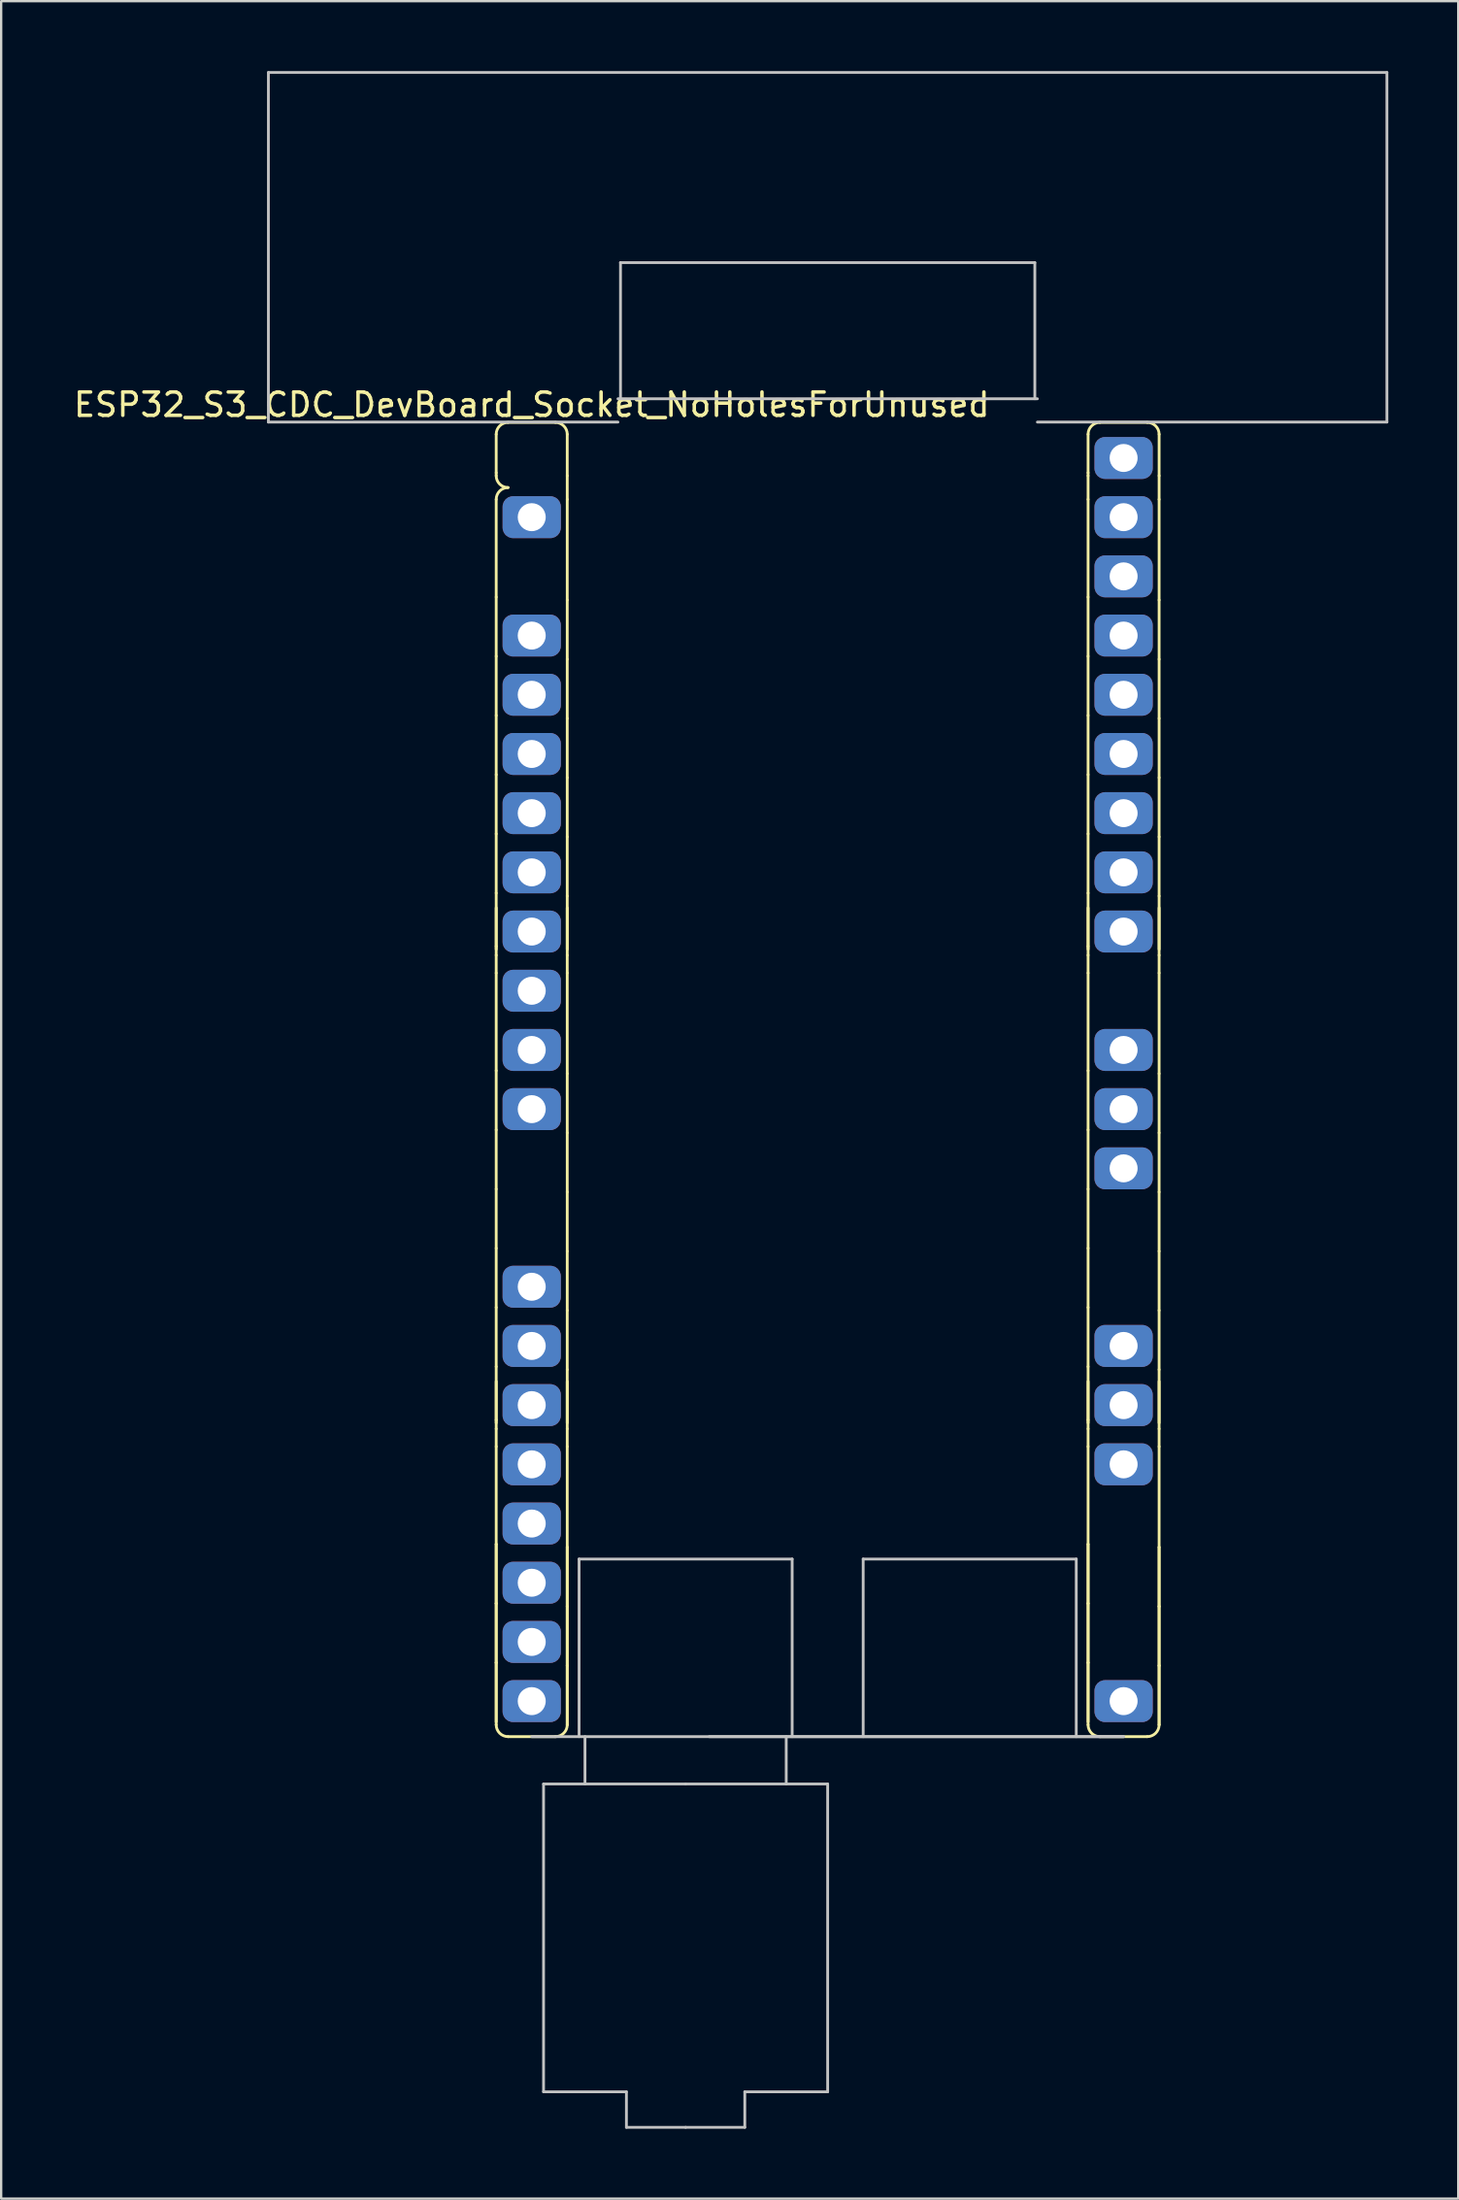
<source format=kicad_pcb>
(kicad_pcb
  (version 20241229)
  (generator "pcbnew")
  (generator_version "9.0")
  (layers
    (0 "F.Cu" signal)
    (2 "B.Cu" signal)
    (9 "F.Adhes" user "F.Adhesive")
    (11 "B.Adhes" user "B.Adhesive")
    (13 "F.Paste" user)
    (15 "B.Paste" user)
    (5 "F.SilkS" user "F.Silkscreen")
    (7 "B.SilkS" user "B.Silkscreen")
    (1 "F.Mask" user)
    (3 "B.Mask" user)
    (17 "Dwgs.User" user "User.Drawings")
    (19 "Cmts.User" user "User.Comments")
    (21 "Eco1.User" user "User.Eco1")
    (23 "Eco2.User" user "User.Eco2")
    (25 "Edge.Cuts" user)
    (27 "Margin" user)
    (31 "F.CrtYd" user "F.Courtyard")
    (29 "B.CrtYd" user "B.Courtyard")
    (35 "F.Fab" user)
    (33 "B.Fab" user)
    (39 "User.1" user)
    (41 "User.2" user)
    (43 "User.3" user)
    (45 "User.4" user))
  (footprint "ESP32_S3_CDC_DevBoard_Socket_NoHolesForUnused"
    (layer "F.Cu")
    (at 19.768 16.6)
    (property "Reference" "ESP32_S3_CDC_DevBoard_Socket_NoHolesForUnused" (at 0 -2.286 0) (layer "F.SilkS") (effects (font (size 1 1) (thickness 0.15))))
    (attr through_hole)
    (fp_line (start -1.524 0.635) (end -1.524 -1.016) (stroke (width 0.12) (type solid)) (layer "F.SilkS"))
    (fp_line (start -1.524 0.762) (end -1.524 0.635) (stroke (width 0.12) (type solid)) (layer "F.SilkS"))
    (fp_line (start -1.524 5.969) (end -1.524 1.778) (stroke (width 0.12) (type solid)) (layer "F.SilkS"))
    (fp_line (start -1.524 8.509) (end -1.524 5.969) (stroke (width 0.12) (type solid)) (layer "F.SilkS"))
    (fp_line (start -1.524 11.049) (end -1.524 8.509) (stroke (width 0.12) (type solid)) (layer "F.SilkS"))
    (fp_line (start -1.524 13.589) (end -1.524 11.049) (stroke (width 0.12) (type solid)) (layer "F.SilkS"))
    (fp_line (start -1.524 16.129) (end -1.524 13.589) (stroke (width 0.12) (type solid)) (layer "F.SilkS"))
    (fp_line (start -1.524 18.669) (end -1.524 16.129) (stroke (width 0.12) (type solid)) (layer "F.SilkS"))
    (fp_line (start -1.524 18.669) (end -1.524 21.336) (stroke (width 0.12) (type solid)) (layer "F.SilkS"))
    (fp_line (start -1.524 20.955) (end -1.524 19.304) (stroke (width 0.12) (type solid)) (layer "F.SilkS"))
    (fp_line (start -1.524 21.082) (end -1.524 20.955) (stroke (width 0.12) (type solid)) (layer "F.SilkS"))
    (fp_line (start -1.524 21.336) (end -1.524 22.098) (stroke (width 0.12) (type solid)) (layer "F.SilkS"))
    (fp_line (start -1.524 26.289) (end -1.524 22.098) (stroke (width 0.12) (type solid)) (layer "F.SilkS"))
    (fp_line (start -1.524 28.829) (end -1.524 26.289) (stroke (width 0.12) (type solid)) (layer "F.SilkS"))
    (fp_line (start -1.524 31.369) (end -1.524 28.829) (stroke (width 0.12) (type solid)) (layer "F.SilkS"))
    (fp_line (start -1.524 33.909) (end -1.524 31.369) (stroke (width 0.12) (type solid)) (layer "F.SilkS"))
    (fp_line (start -1.524 36.449) (end -1.524 33.909) (stroke (width 0.12) (type solid)) (layer "F.SilkS"))
    (fp_line (start -1.524 38.989) (end -1.524 36.449) (stroke (width 0.12) (type solid)) (layer "F.SilkS"))
    (fp_line (start -1.524 38.989) (end -1.524 41.656) (stroke (width 0.12) (type solid)) (layer "F.SilkS"))
    (fp_line (start -1.524 41.275) (end -1.524 39.624) (stroke (width 0.12) (type solid)) (layer "F.SilkS"))
    (fp_line (start -1.524 41.402) (end -1.524 41.275) (stroke (width 0.12) (type solid)) (layer "F.SilkS"))
    (fp_line (start -1.524 41.656) (end -1.524 42.418) (stroke (width 0.12) (type solid)) (layer "F.SilkS"))
    (fp_line (start -1.524 46.609) (end -1.524 42.418) (stroke (width 0.12) (type solid)) (layer "F.SilkS"))
    (fp_line (start -1.524 49.149) (end -1.524 46.609) (stroke (width 0.12) (type solid)) (layer "F.SilkS"))
    (fp_line (start -1.524 49.149) (end -1.524 46.609) (stroke (width 0.12) (type solid)) (layer "F.SilkS"))
    (fp_line (start -1.524 51.689) (end -1.524 49.149) (stroke (width 0.12) (type solid)) (layer "F.SilkS"))
    (fp_line (start -1.524 51.689) (end -1.524 49.149) (stroke (width 0.12) (type solid)) (layer "F.SilkS"))
    (fp_line (start -1.524 51.689) (end -1.524 54.356) (stroke (width 0.12) (type solid)) (layer "F.SilkS"))
    (fp_line (start -1.524 54.229) (end -1.524 51.689) (stroke (width 0.12) (type solid)) (layer "F.SilkS"))
    (fp_line (start -1.016 -1.524) (end 1.016 -1.524) (stroke (width 0.12) (type solid)) (layer "F.SilkS"))
    (fp_line (start -1.016 54.864) (end 1.016 54.864) (stroke (width 0.12) (type solid)) (layer "F.SilkS"))
    (fp_line (start 1.524 -1.016) (end 1.524 0.762) (stroke (width 0.12) (type solid)) (layer "F.SilkS"))
    (fp_line (start 1.524 0.762) (end 1.524 1.778) (stroke (width 0.12) (type solid)) (layer "F.SilkS"))
    (fp_line (start 1.524 6.096) (end 1.524 1.778) (stroke (width 0.12) (type solid)) (layer "F.SilkS"))
    (fp_line (start 1.524 8.636) (end 1.524 6.096) (stroke (width 0.12) (type solid)) (layer "F.SilkS"))
    (fp_line (start 1.524 11.176) (end 1.524 8.636) (stroke (width 0.12) (type solid)) (layer "F.SilkS"))
    (fp_line (start 1.524 13.716) (end 1.524 11.176) (stroke (width 0.12) (type solid)) (layer "F.SilkS"))
    (fp_line (start 1.524 16.256) (end 1.524 13.716) (stroke (width 0.12) (type solid)) (layer "F.SilkS"))
    (fp_line (start 1.524 18.796) (end 1.524 16.256) (stroke (width 0.12) (type solid)) (layer "F.SilkS"))
    (fp_line (start 1.524 19.304) (end 1.524 21.082) (stroke (width 0.12) (type solid)) (layer "F.SilkS"))
    (fp_line (start 1.524 21.336) (end 1.524 18.796) (stroke (width 0.12) (type solid)) (layer "F.SilkS"))
    (fp_line (start 1.524 21.336) (end 1.524 22.098) (stroke (width 0.12) (type solid)) (layer "F.SilkS"))
    (fp_line (start 1.524 26.416) (end 1.524 22.098) (stroke (width 0.12) (type solid)) (layer "F.SilkS"))
    (fp_line (start 1.524 28.956) (end 1.524 26.416) (stroke (width 0.12) (type solid)) (layer "F.SilkS"))
    (fp_line (start 1.524 31.496) (end 1.524 28.956) (stroke (width 0.12) (type solid)) (layer "F.SilkS"))
    (fp_line (start 1.524 34.036) (end 1.524 31.496) (stroke (width 0.12) (type solid)) (layer "F.SilkS"))
    (fp_line (start 1.524 36.576) (end 1.524 34.036) (stroke (width 0.12) (type solid)) (layer "F.SilkS"))
    (fp_line (start 1.524 39.116) (end 1.524 36.576) (stroke (width 0.12) (type solid)) (layer "F.SilkS"))
    (fp_line (start 1.524 39.624) (end 1.524 41.402) (stroke (width 0.12) (type solid)) (layer "F.SilkS"))
    (fp_line (start 1.524 41.656) (end 1.524 39.116) (stroke (width 0.12) (type solid)) (layer "F.SilkS"))
    (fp_line (start 1.524 41.656) (end 1.524 42.418) (stroke (width 0.12) (type solid)) (layer "F.SilkS"))
    (fp_line (start 1.524 46.736) (end 1.524 42.418) (stroke (width 0.12) (type solid)) (layer "F.SilkS"))
    (fp_line (start 1.524 49.276) (end 1.524 46.736) (stroke (width 0.12) (type solid)) (layer "F.SilkS"))
    (fp_line (start 1.524 49.276) (end 1.524 46.736) (stroke (width 0.12) (type solid)) (layer "F.SilkS"))
    (fp_line (start 1.524 51.816) (end 1.524 49.276) (stroke (width 0.12) (type solid)) (layer "F.SilkS"))
    (fp_line (start 1.524 51.816) (end 1.524 49.276) (stroke (width 0.12) (type solid)) (layer "F.SilkS"))
    (fp_line (start 1.524 54.356) (end 1.524 51.816) (stroke (width 0.12) (type solid)) (layer "F.SilkS"))
    (fp_line (start 1.524 54.356) (end 1.524 51.816) (stroke (width 0.12) (type solid)) (layer "F.SilkS"))
    (fp_line (start 23.876 0.635) (end 23.876 -1.016) (stroke (width 0.12) (type solid)) (layer "F.SilkS"))
    (fp_line (start 23.876 0.762) (end 23.876 0.635) (stroke (width 0.12) (type solid)) (layer "F.SilkS"))
    (fp_line (start 23.876 0.762) (end 23.876 1.778) (stroke (width 0.12) (type solid)) (layer "F.SilkS"))
    (fp_line (start 23.876 5.969) (end 23.876 1.778) (stroke (width 0.12) (type solid)) (layer "F.SilkS"))
    (fp_line (start 23.876 8.509) (end 23.876 5.969) (stroke (width 0.12) (type solid)) (layer "F.SilkS"))
    (fp_line (start 23.876 11.049) (end 23.876 8.509) (stroke (width 0.12) (type solid)) (layer "F.SilkS"))
    (fp_line (start 23.876 13.589) (end 23.876 11.049) (stroke (width 0.12) (type solid)) (layer "F.SilkS"))
    (fp_line (start 23.876 16.129) (end 23.876 13.589) (stroke (width 0.12) (type solid)) (layer "F.SilkS"))
    (fp_line (start 23.876 18.669) (end 23.876 16.129) (stroke (width 0.12) (type solid)) (layer "F.SilkS"))
    (fp_line (start 23.876 18.669) (end 23.876 21.336) (stroke (width 0.12) (type solid)) (layer "F.SilkS"))
    (fp_line (start 23.876 20.955) (end 23.876 19.304) (stroke (width 0.12) (type solid)) (layer "F.SilkS"))
    (fp_line (start 23.876 21.082) (end 23.876 20.955) (stroke (width 0.12) (type solid)) (layer "F.SilkS"))
    (fp_line (start 23.876 21.336) (end 23.876 22.098) (stroke (width 0.12) (type solid)) (layer "F.SilkS"))
    (fp_line (start 23.876 26.289) (end 23.876 22.098) (stroke (width 0.12) (type solid)) (layer "F.SilkS"))
    (fp_line (start 23.876 28.829) (end 23.876 26.289) (stroke (width 0.12) (type solid)) (layer "F.SilkS"))
    (fp_line (start 23.876 31.369) (end 23.876 28.829) (stroke (width 0.12) (type solid)) (layer "F.SilkS"))
    (fp_line (start 23.876 33.909) (end 23.876 31.369) (stroke (width 0.12) (type solid)) (layer "F.SilkS"))
    (fp_line (start 23.876 36.449) (end 23.876 33.909) (stroke (width 0.12) (type solid)) (layer "F.SilkS"))
    (fp_line (start 23.876 38.989) (end 23.876 36.449) (stroke (width 0.12) (type solid)) (layer "F.SilkS"))
    (fp_line (start 23.876 38.989) (end 23.876 41.656) (stroke (width 0.12) (type solid)) (layer "F.SilkS"))
    (fp_line (start 23.876 41.275) (end 23.876 39.624) (stroke (width 0.12) (type solid)) (layer "F.SilkS"))
    (fp_line (start 23.876 41.402) (end 23.876 41.275) (stroke (width 0.12) (type solid)) (layer "F.SilkS"))
    (fp_line (start 23.876 41.656) (end 23.876 42.418) (stroke (width 0.12) (type solid)) (layer "F.SilkS"))
    (fp_line (start 23.876 46.609) (end 23.876 42.418) (stroke (width 0.12) (type solid)) (layer "F.SilkS"))
    (fp_line (start 23.876 49.149) (end 23.876 46.609) (stroke (width 0.12) (type solid)) (layer "F.SilkS"))
    (fp_line (start 23.876 49.149) (end 23.876 46.609) (stroke (width 0.12) (type solid)) (layer "F.SilkS"))
    (fp_line (start 23.876 51.689) (end 23.876 49.149) (stroke (width 0.12) (type solid)) (layer "F.SilkS"))
    (fp_line (start 23.876 51.689) (end 23.876 49.149) (stroke (width 0.12) (type solid)) (layer "F.SilkS"))
    (fp_line (start 23.876 51.689) (end 23.876 54.356) (stroke (width 0.12) (type solid)) (layer "F.SilkS"))
    (fp_line (start 23.876 54.229) (end 23.876 51.689) (stroke (width 0.12) (type solid)) (layer "F.SilkS"))
    (fp_line (start 24.384 -1.524) (end 26.416 -1.524) (stroke (width 0.12) (type solid)) (layer "F.SilkS"))
    (fp_line (start 24.384 54.864) (end 26.416 54.864) (stroke (width 0.12) (type solid)) (layer "F.SilkS"))
    (fp_line (start 26.924 -1.016) (end 26.924 0.762) (stroke (width 0.12) (type solid)) (layer "F.SilkS"))
    (fp_line (start 26.924 0.762) (end 26.924 1.778) (stroke (width 0.12) (type solid)) (layer "F.SilkS"))
    (fp_line (start 26.924 6.096) (end 26.924 1.778) (stroke (width 0.12) (type solid)) (layer "F.SilkS"))
    (fp_line (start 26.924 8.636) (end 26.924 6.096) (stroke (width 0.12) (type solid)) (layer "F.SilkS"))
    (fp_line (start 26.924 11.176) (end 26.924 8.636) (stroke (width 0.12) (type solid)) (layer "F.SilkS"))
    (fp_line (start 26.924 13.716) (end 26.924 11.176) (stroke (width 0.12) (type solid)) (layer "F.SilkS"))
    (fp_line (start 26.924 16.256) (end 26.924 13.716) (stroke (width 0.12) (type solid)) (layer "F.SilkS"))
    (fp_line (start 26.924 18.796) (end 26.924 16.256) (stroke (width 0.12) (type solid)) (layer "F.SilkS"))
    (fp_line (start 26.924 19.304) (end 26.924 21.082) (stroke (width 0.12) (type solid)) (layer "F.SilkS"))
    (fp_line (start 26.924 21.336) (end 26.924 18.796) (stroke (width 0.12) (type solid)) (layer "F.SilkS"))
    (fp_line (start 26.924 21.336) (end 26.924 22.098) (stroke (width 0.12) (type solid)) (layer "F.SilkS"))
    (fp_line (start 26.924 26.416) (end 26.924 22.098) (stroke (width 0.12) (type solid)) (layer "F.SilkS"))
    (fp_line (start 26.924 28.956) (end 26.924 26.416) (stroke (width 0.12) (type solid)) (layer "F.SilkS"))
    (fp_line (start 26.924 31.496) (end 26.924 28.956) (stroke (width 0.12) (type solid)) (layer "F.SilkS"))
    (fp_line (start 26.924 34.036) (end 26.924 31.496) (stroke (width 0.12) (type solid)) (layer "F.SilkS"))
    (fp_line (start 26.924 36.576) (end 26.924 34.036) (stroke (width 0.12) (type solid)) (layer "F.SilkS"))
    (fp_line (start 26.924 39.116) (end 26.924 36.576) (stroke (width 0.12) (type solid)) (layer "F.SilkS"))
    (fp_line (start 26.924 39.624) (end 26.924 41.402) (stroke (width 0.12) (type solid)) (layer "F.SilkS"))
    (fp_line (start 26.924 41.656) (end 26.924 39.116) (stroke (width 0.12) (type solid)) (layer "F.SilkS"))
    (fp_line (start 26.924 41.656) (end 26.924 42.418) (stroke (width 0.12) (type solid)) (layer "F.SilkS"))
    (fp_line (start 26.924 46.736) (end 26.924 42.418) (stroke (width 0.12) (type solid)) (layer "F.SilkS"))
    (fp_line (start 26.924 49.276) (end 26.924 46.736) (stroke (width 0.12) (type solid)) (layer "F.SilkS"))
    (fp_line (start 26.924 49.276) (end 26.924 46.736) (stroke (width 0.12) (type solid)) (layer "F.SilkS"))
    (fp_line (start 26.924 51.816) (end 26.924 49.276) (stroke (width 0.12) (type solid)) (layer "F.SilkS"))
    (fp_line (start 26.924 51.816) (end 26.924 49.276) (stroke (width 0.12) (type solid)) (layer "F.SilkS"))
    (fp_line (start 26.924 54.356) (end 26.924 51.816) (stroke (width 0.12) (type solid)) (layer "F.SilkS"))
    (fp_line (start 26.924 54.356) (end 26.924 51.816) (stroke (width 0.12) (type solid)) (layer "F.SilkS"))
    (fp_arc (start -1.524 -1.016) (mid -1.37521 -1.37521) (end -1.016 -1.524) (stroke (width 0.12) (type solid)) (layer "F.SilkS"))
    (fp_arc (start -1.524 1.778) (mid -1.37521 1.41879) (end -1.016 1.27) (stroke (width 0.12) (type solid)) (layer "F.SilkS"))
    (fp_arc (start -1.016 1.27) (mid -1.37521 1.12121) (end -1.524 0.762) (stroke (width 0.12) (type solid)) (layer "F.SilkS"))
    (fp_arc (start -1.016 54.864) (mid -1.37521 54.71521) (end -1.524 54.356) (stroke (width 0.12) (type solid)) (layer "F.SilkS"))
    (fp_arc (start 1.016 -1.524) (mid 1.37521 -1.37521) (end 1.524 -1.016) (stroke (width 0.12) (type solid)) (layer "F.SilkS"))
    (fp_arc (start 1.524 54.356) (mid 1.37521 54.71521) (end 1.016 54.864) (stroke (width 0.12) (type solid)) (layer "F.SilkS"))
    (fp_arc (start 23.876 -1.016) (mid 24.02479 -1.37521) (end 24.384 -1.524) (stroke (width 0.12) (type solid)) (layer "F.SilkS"))
    (fp_arc (start 24.384 54.864) (mid 24.02479 54.71521) (end 23.876 54.356) (stroke (width 0.12) (type solid)) (layer "F.SilkS"))
    (fp_arc (start 26.416 -1.524) (mid 26.77521 -1.37521) (end 26.924 -1.016) (stroke (width 0.12) (type solid)) (layer "F.SilkS"))
    (fp_arc (start 26.924 54.356) (mid 26.77521 54.71521) (end 26.416 54.864) (stroke (width 0.12) (type solid)) (layer "F.SilkS"))
    (fp_line (start -11.3 -1.54) (end -11.3 -16.54) (stroke (width 0.12) (type solid)) (layer "Dwgs.User"))
    (fp_line (start 0 54.864) (end 25.4 54.864) (stroke (width 0.12) (type solid)) (layer "Dwgs.User"))
    (fp_line (start 0.508 56.896) (end 0.508 70.104) (stroke (width 0.12) (type solid)) (layer "Dwgs.User"))
    (fp_line (start 0.508 70.104) (end 4.064 70.104) (stroke (width 0.12) (type solid)) (layer "Dwgs.User"))
    (fp_line (start 2.032 47.244) (end 2.032 54.864) (stroke (width 0.12) (type solid)) (layer "Dwgs.User"))
    (fp_line (start 2.286 54.864) (end 2.286 56.896) (stroke (width 0.12) (type solid)) (layer "Dwgs.User"))
    (fp_line (start 3.7 -1.54) (end -11.3 -1.54) (stroke (width 0.12) (type solid)) (layer "Dwgs.User"))
    (fp_line (start 3.81 -2.54) (end 3.81 -8.382) (stroke (width 0.12) (type solid)) (layer "Dwgs.User"))
    (fp_line (start 4.064 70.104) (end 4.064 71.628) (stroke (width 0.12) (type solid)) (layer "Dwgs.User"))
    (fp_line (start 4.064 71.628) (end 6.604 71.628) (stroke (width 0.12) (type solid)) (layer "Dwgs.User"))
    (fp_line (start 6.604 56.896) (end 0.508 56.896) (stroke (width 0.12) (type solid)) (layer "Dwgs.User"))
    (fp_line (start 6.604 56.896) (end 12.7 56.896) (stroke (width 0.12) (type solid)) (layer "Dwgs.User"))
    (fp_line (start 9.144 70.104) (end 9.144 71.628) (stroke (width 0.12) (type solid)) (layer "Dwgs.User"))
    (fp_line (start 9.144 71.628) (end 6.604 71.628) (stroke (width 0.12) (type solid)) (layer "Dwgs.User"))
    (fp_line (start 10.922 54.864) (end 10.922 56.896) (stroke (width 0.12) (type solid)) (layer "Dwgs.User"))
    (fp_line (start 11.176 47.244) (end 2.032 47.244) (stroke (width 0.12) (type solid)) (layer "Dwgs.User"))
    (fp_line (start 11.176 54.864) (end 11.176 47.244) (stroke (width 0.12) (type solid)) (layer "Dwgs.User"))
    (fp_line (start 12.7 56.896) (end 12.7 70.104) (stroke (width 0.12) (type solid)) (layer "Dwgs.User"))
    (fp_line (start 12.7 70.104) (end 9.144 70.104) (stroke (width 0.12) (type solid)) (layer "Dwgs.User"))
    (fp_line (start 14.224 47.244) (end 23.368 47.244) (stroke (width 0.12) (type solid)) (layer "Dwgs.User"))
    (fp_line (start 14.224 54.864) (end 14.224 47.244) (stroke (width 0.12) (type solid)) (layer "Dwgs.User"))
    (fp_line (start 21.59 -8.382) (end 3.81 -8.382) (stroke (width 0.12) (type solid)) (layer "Dwgs.User"))
    (fp_line (start 21.59 -2.54) (end 21.59 -8.382) (stroke (width 0.12) (type solid)) (layer "Dwgs.User"))
    (fp_line (start 21.7 -2.54) (end 3.7 -2.54) (stroke (width 0.12) (type solid)) (layer "Dwgs.User"))
    (fp_line (start 23.368 47.244) (end 23.368 54.864) (stroke (width 0.12) (type solid)) (layer "Dwgs.User"))
    (fp_line (start 25.4 54.864) (end 7.62 54.864) (stroke (width 0.12) (type solid)) (layer "Dwgs.User"))
    (fp_line (start 36.7 -16.54) (end -11.3 -16.54) (stroke (width 0.12) (type solid)) (layer "Dwgs.User"))
    (fp_line (start 36.7 -16.54) (end 36.7 -1.54) (stroke (width 0.12) (type solid)) (layer "Dwgs.User"))
    (fp_line (start 36.7 -1.54) (end 21.7 -1.54) (stroke (width 0.12) (type solid)) (layer "Dwgs.User"))
    (pad "2" thru_hole roundrect (at 0 2.54) (size 2.5 1.8) (drill 1.2) (layers "*.Cu" "*.Mask") (roundrect_rratio 0.25))
    (pad "4" thru_hole roundrect (at 0 7.62) (size 2.5 1.8) (drill 1.2) (layers "*.Cu" "*.Mask") (roundrect_rratio 0.25))
    (pad "5" thru_hole roundrect (at 0 10.16) (size 2.5 1.8) (drill 1.2) (layers "*.Cu" "*.Mask") (roundrect_rratio 0.25))
    (pad "6" thru_hole roundrect (at 0 12.7) (size 2.5 1.8) (drill 1.2) (layers "*.Cu" "*.Mask") (roundrect_rratio 0.25))
    (pad "7" thru_hole roundrect (at 0 15.24) (size 2.5 1.8) (drill 1.2) (layers "*.Cu" "*.Mask") (roundrect_rratio 0.25))
    (pad "8" thru_hole roundrect (at 0 17.78) (size 2.5 1.8) (drill 1.2) (layers "*.Cu" "*.Mask") (roundrect_rratio 0.25))
    (pad "9" thru_hole roundrect (at 0 20.32) (size 2.5 1.8) (drill 1.2) (layers "*.Cu" "*.Mask") (roundrect_rratio 0.25))
    (pad "10" thru_hole roundrect (at 0 22.86) (size 2.5 1.8) (drill 1.2) (layers "*.Cu" "*.Mask") (roundrect_rratio 0.25))
    (pad "11" thru_hole roundrect (at 0 25.4) (size 2.5 1.8) (drill 1.2) (layers "*.Cu" "*.Mask") (roundrect_rratio 0.25))
    (pad "12" thru_hole roundrect (at 0 27.94) (size 2.5 1.8) (drill 1.2) (layers "*.Cu" "*.Mask") (roundrect_rratio 0.25))
    (pad "15" thru_hole roundrect (at 0 35.56) (size 2.5 1.8) (drill 1.2) (layers "*.Cu" "*.Mask") (roundrect_rratio 0.25))
    (pad "16" thru_hole roundrect (at 0 38.1) (size 2.5 1.8) (drill 1.2) (layers "*.Cu" "*.Mask") (roundrect_rratio 0.25))
    (pad "17" thru_hole roundrect (at 0 40.64) (size 2.5 1.8) (drill 1.2) (layers "*.Cu" "*.Mask") (roundrect_rratio 0.25))
    (pad "18" thru_hole roundrect (at 0 43.18) (size 2.5 1.8) (drill 1.2) (layers "*.Cu" "*.Mask") (roundrect_rratio 0.25))
    (pad "19" thru_hole roundrect (at 0 45.72) (size 2.5 1.8) (drill 1.2) (layers "*.Cu" "*.Mask") (roundrect_rratio 0.25))
    (pad "20" thru_hole roundrect (at 0 48.26) (size 2.5 1.8) (drill 1.2) (layers "*.Cu" "*.Mask") (roundrect_rratio 0.25))
    (pad "21" thru_hole roundrect (at 0 50.8) (size 2.5 1.8) (drill 1.2) (layers "*.Cu" "*.Mask") (roundrect_rratio 0.25))
    (pad "22" thru_hole roundrect (at 0 53.34) (size 2.5 1.8) (drill 1.2) (layers "*.Cu" "*.Mask") (roundrect_rratio 0.25))
    (pad "23" thru_hole roundrect (at 25.4 53.34) (size 2.5 1.8) (drill 1.2) (layers "*.Cu" "*.Mask") (roundrect_rratio 0.25))
    (pad "27" thru_hole roundrect (at 25.4 43.18) (size 2.5 1.8) (drill 1.2) (layers "*.Cu" "*.Mask") (roundrect_rratio 0.25))
    (pad "28" thru_hole roundrect (at 25.4 40.64) (size 2.5 1.8) (drill 1.2) (layers "*.Cu" "*.Mask") (roundrect_rratio 0.25))
    (pad "29" thru_hole roundrect (at 25.4 38.1) (size 2.5 1.8) (drill 1.2) (layers "*.Cu" "*.Mask") (roundrect_rratio 0.25))
    (pad "32" thru_hole roundrect (at 25.4 30.48) (size 2.5 1.8) (drill 1.2) (layers "*.Cu" "*.Mask") (roundrect_rratio 0.25))
    (pad "33" thru_hole roundrect (at 25.4 27.94) (size 2.5 1.8) (drill 1.2) (layers "*.Cu" "*.Mask") (roundrect_rratio 0.25))
    (pad "34" thru_hole roundrect (at 25.4 25.4) (size 2.5 1.8) (drill 1.2) (layers "*.Cu" "*.Mask") (roundrect_rratio 0.25))
    (pad "36" thru_hole roundrect (at 25.4 20.32) (size 2.5 1.8) (drill 1.2) (layers "*.Cu" "*.Mask") (roundrect_rratio 0.25))
    (pad "37" thru_hole roundrect (at 25.4 17.78) (size 2.5 1.8) (drill 1.2) (layers "*.Cu" "*.Mask") (roundrect_rratio 0.25))
    (pad "38" thru_hole roundrect (at 25.4 15.24) (size 2.5 1.8) (drill 1.2) (layers "*.Cu" "*.Mask") (roundrect_rratio 0.25))
    (pad "39" thru_hole roundrect (at 25.4 12.7) (size 2.5 1.8) (drill 1.2) (layers "*.Cu" "*.Mask") (roundrect_rratio 0.25))
    (pad "40" thru_hole roundrect (at 25.4 10.16) (size 2.5 1.8) (drill 1.2) (layers "*.Cu" "*.Mask") (roundrect_rratio 0.25))
    (pad "41" thru_hole roundrect (at 25.4 7.62) (size 2.5 1.8) (drill 1.2) (layers "*.Cu" "*.Mask") (roundrect_rratio 0.25))
    (pad "42" thru_hole roundrect (at 25.4 5.08) (size 2.5 1.8) (drill 1.2) (layers "*.Cu" "*.Mask") (roundrect_rratio 0.25))
    (pad "43" thru_hole roundrect (at 25.4 2.54) (size 2.5 1.8) (drill 1.2) (layers "*.Cu" "*.Mask") (roundrect_rratio 0.25))
    (pad "44" thru_hole roundrect (at 25.4 0) (size 2.5 1.8) (drill 1.2) (layers "*.Cu" "*.Mask") (roundrect_rratio 0.25)))
  (gr_rect
    (start -3 -3)
    (end 59.528 91.288)
    (stroke (width 0.1) (type default))
    (fill no)
    (layer "Edge.Cuts")))
</source>
